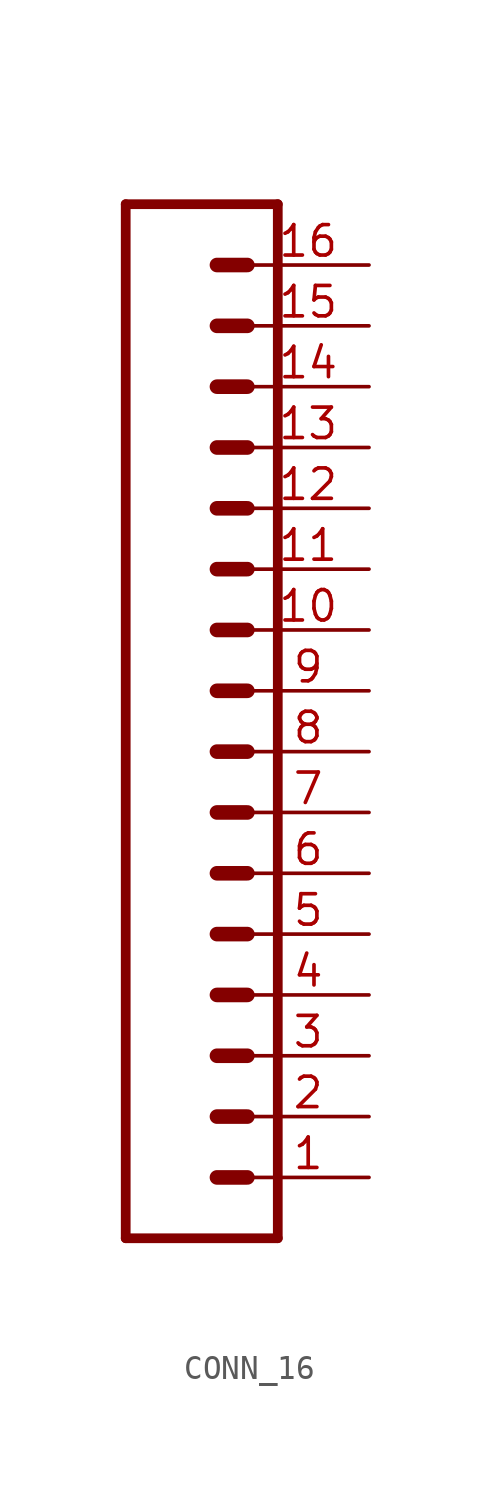
<source format=kicad_sym>
(kicad_symbol_lib
  (version 20211014)
  (generator kicad_symbol_editor)
  (symbol "CONN_16"
    (property "Reference" "J"
      (at 0 0 0)
      (effects (font (size 1.27 1.27)) hide))
    (property "ki_locked" ""
      (at 0 0 0)
      (effects (font (size 1.27 1.27))))
    (symbol "CONN_16_1_0"
      (polyline (pts (xy -3.175 21.59) (xy -3.175 -21.59)) (stroke (width 0.406) (type default) (color 0 0 0 0)) (fill (type none)))
      (polyline (pts (xy -3.175 21.59) (xy 3.175 21.59)) (stroke (width 0.406) (type default) (color 0 0 0 0)) (fill (type none)))
      (polyline (pts (xy 0.635 -19.05) (xy 1.905 -19.05)) (stroke (width 0.61) (type default) (color 0 0 0 0)) (fill (type none)))
      (polyline (pts (xy 0.635 -16.51) (xy 1.905 -16.51)) (stroke (width 0.61) (type default) (color 0 0 0 0)) (fill (type none)))
      (polyline (pts (xy 0.635 -13.97) (xy 1.905 -13.97)) (stroke (width 0.61) (type default) (color 0 0 0 0)) (fill (type none)))
      (polyline (pts (xy 0.635 -11.43) (xy 1.905 -11.43)) (stroke (width 0.61) (type default) (color 0 0 0 0)) (fill (type none)))
      (polyline (pts (xy 0.635 -8.89) (xy 1.905 -8.89)) (stroke (width 0.61) (type default) (color 0 0 0 0)) (fill (type none)))
      (polyline (pts (xy 0.635 -6.35) (xy 1.905 -6.35)) (stroke (width 0.61) (type default) (color 0 0 0 0)) (fill (type none)))
      (polyline (pts (xy 0.635 -3.81) (xy 1.905 -3.81)) (stroke (width 0.61) (type default) (color 0 0 0 0)) (fill (type none)))
      (polyline (pts (xy 0.635 -1.27) (xy 1.905 -1.27)) (stroke (width 0.61) (type default) (color 0 0 0 0)) (fill (type none)))
      (polyline (pts (xy 0.635 1.27) (xy 1.905 1.27)) (stroke (width 0.61) (type default) (color 0 0 0 0)) (fill (type none)))
      (polyline (pts (xy 0.635 3.81) (xy 1.905 3.81)) (stroke (width 0.61) (type default) (color 0 0 0 0)) (fill (type none)))
      (polyline (pts (xy 0.635 6.35) (xy 1.905 6.35)) (stroke (width 0.61) (type default) (color 0 0 0 0)) (fill (type none)))
      (polyline (pts (xy 0.635 8.89) (xy 1.905 8.89)) (stroke (width 0.61) (type default) (color 0 0 0 0)) (fill (type none)))
      (polyline (pts (xy 0.635 11.43) (xy 1.905 11.43)) (stroke (width 0.61) (type default) (color 0 0 0 0)) (fill (type none)))
      (polyline (pts (xy 0.635 13.97) (xy 1.905 13.97)) (stroke (width 0.61) (type default) (color 0 0 0 0)) (fill (type none)))
      (polyline (pts (xy 0.635 16.51) (xy 1.905 16.51)) (stroke (width 0.61) (type default) (color 0 0 0 0)) (fill (type none)))
      (polyline (pts (xy 0.635 19.05) (xy 1.905 19.05)) (stroke (width 0.61) (type default) (color 0 0 0 0)) (fill (type none)))
      (polyline (pts (xy 3.175 -21.59) (xy -3.175 -21.59)) (stroke (width 0.406) (type default) (color 0 0 0 0)) (fill (type none)))
      (polyline (pts (xy 3.175 -21.59) (xy 3.175 21.59)) (stroke (width 0.406) (type default) (color 0 0 0 0)) (fill (type none)))
      (pin passive line (at 6.985 -19.05 180) (length 5.08) (name "1" (effects (font (size 0 0)))) (number "1" (effects (font (size 1.27 1.27)))))
      (pin passive line (at 6.985 3.81 180) (length 5.08) (name "10" (effects (font (size 0 0)))) (number "10" (effects (font (size 1.27 1.27)))))
      (pin passive line (at 6.985 6.35 180) (length 5.08) (name "11" (effects (font (size 0 0)))) (number "11" (effects (font (size 1.27 1.27)))))
      (pin passive line (at 6.985 8.89 180) (length 5.08) (name "12" (effects (font (size 0 0)))) (number "12" (effects (font (size 1.27 1.27)))))
      (pin passive line (at 6.985 11.43 180) (length 5.08) (name "13" (effects (font (size 0 0)))) (number "13" (effects (font (size 1.27 1.27)))))
      (pin passive line (at 6.985 13.97 180) (length 5.08) (name "14" (effects (font (size 0 0)))) (number "14" (effects (font (size 1.27 1.27)))))
      (pin passive line (at 6.985 16.51 180) (length 5.08) (name "15" (effects (font (size 0 0)))) (number "15" (effects (font (size 1.27 1.27)))))
      (pin passive line (at 6.985 19.05 180) (length 5.08) (name "16" (effects (font (size 0 0)))) (number "16" (effects (font (size 1.27 1.27)))))
      (pin passive line (at 6.985 -16.51 180) (length 5.08) (name "2" (effects (font (size 0 0)))) (number "2" (effects (font (size 1.27 1.27)))))
      (pin passive line (at 6.985 -13.97 180) (length 5.08) (name "3" (effects (font (size 0 0)))) (number "3" (effects (font (size 1.27 1.27)))))
      (pin passive line (at 6.985 -11.43 180) (length 5.08) (name "4" (effects (font (size 0 0)))) (number "4" (effects (font (size 1.27 1.27)))))
      (pin passive line (at 6.985 -8.89 180) (length 5.08) (name "5" (effects (font (size 0 0)))) (number "5" (effects (font (size 1.27 1.27)))))
      (pin passive line (at 6.985 -6.35 180) (length 5.08) (name "6" (effects (font (size 0 0)))) (number "6" (effects (font (size 1.27 1.27)))))
      (pin passive line (at 6.985 -3.81 180) (length 5.08) (name "7" (effects (font (size 0 0)))) (number "7" (effects (font (size 1.27 1.27)))))
      (pin passive line (at 6.985 -1.27 180) (length 5.08) (name "8" (effects (font (size 0 0)))) (number "8" (effects (font (size 1.27 1.27)))))
      (pin passive line (at 6.985 1.27 180) (length 5.08) (name "9" (effects (font (size 0 0)))) (number "9" (effects (font (size 1.27 1.27))))))))
</source>
